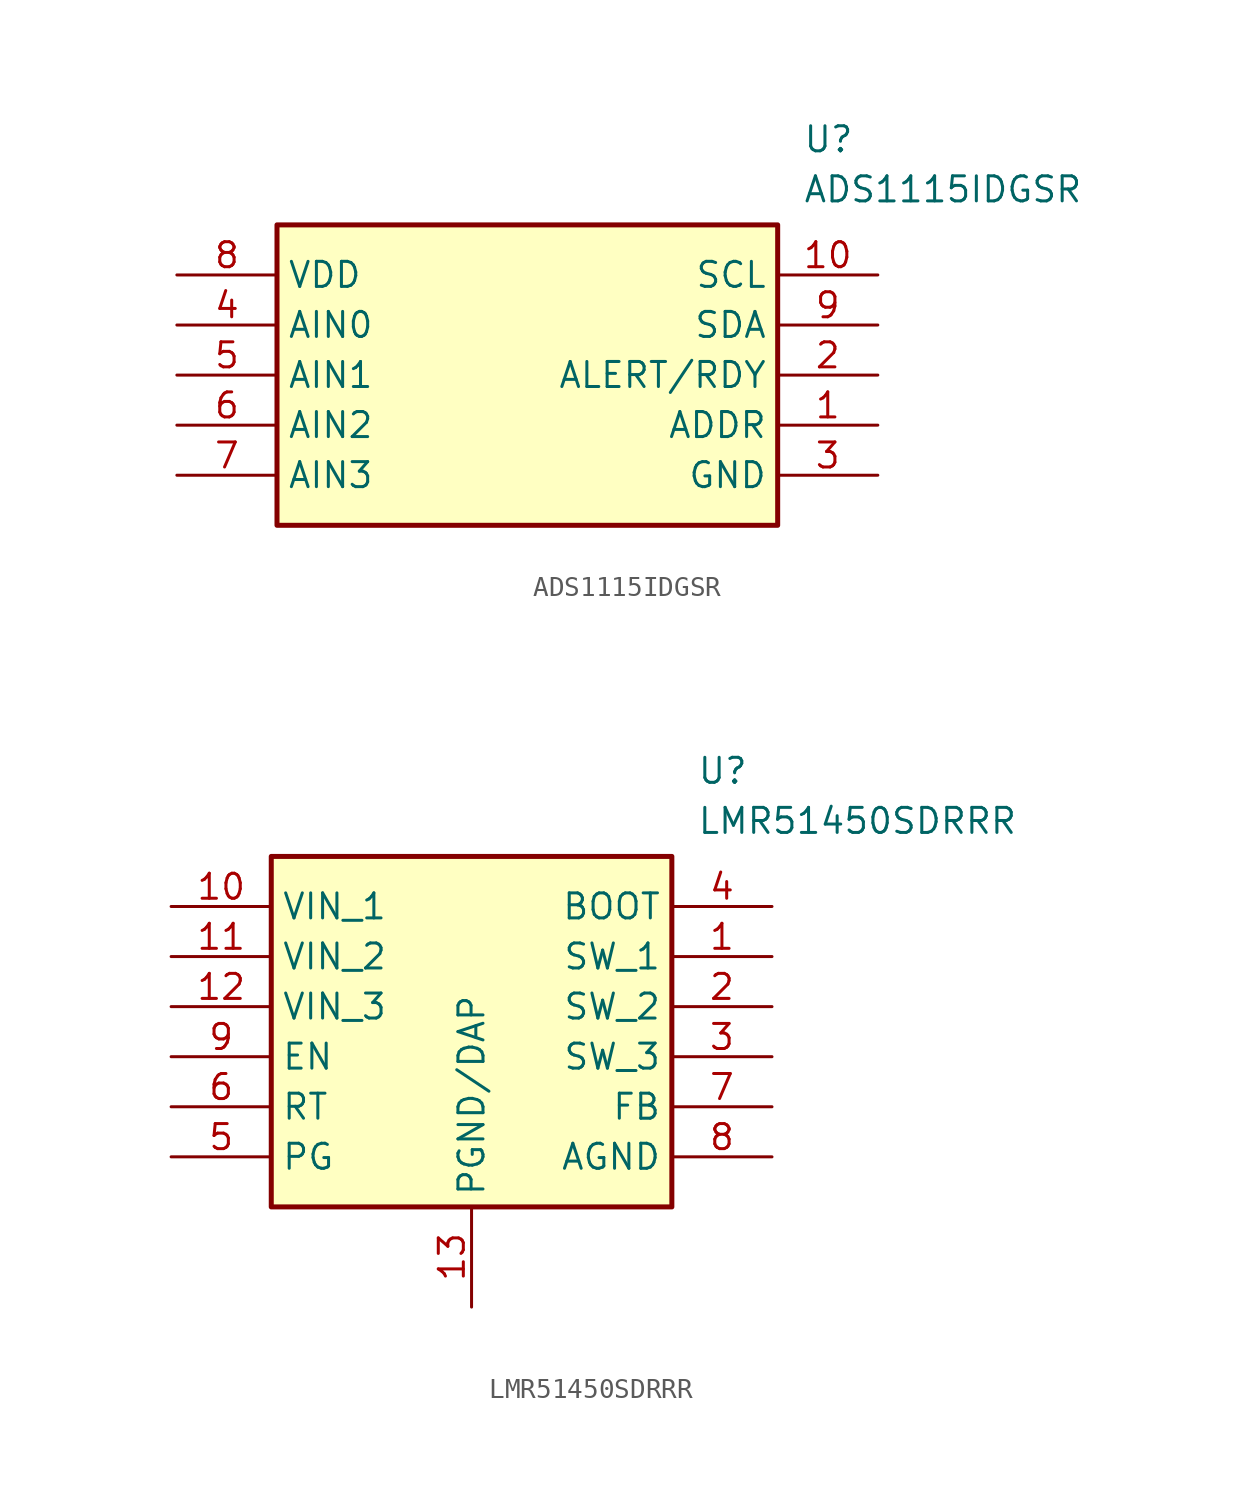
<source format=kicad_sym>
(kicad_symbol_lib
  (version 20241209)
  (generator "kicad_symbol_editor")
  (generator_version "9.0")
  (symbol "ADS1115IDGSR"
    (property "Reference" "U"
      (at 31.75 7.62 0)
      (effects (font (size 1.27 1.27)) (justify left top)))
    (property "Value" "ADS1115IDGSR"
      (at 31.75 5.08 0)
      (effects (font (size 1.27 1.27)) (justify left top)))
    (symbol "ADS1115IDGSR_1_1"
      (rectangle (start 5.08 2.54) (end 30.48 -12.7) (stroke (width 0.254) (type default)) (fill (type background)))
      (pin passive line (at 0 0 0) (length 5.08) (name "VDD" (effects (font (size 1.27 1.27)))) (number "8" (effects (font (size 1.27 1.27)))))
      (pin passive line (at 0 -2.54 0) (length 5.08) (name "AIN0" (effects (font (size 1.27 1.27)))) (number "4" (effects (font (size 1.27 1.27)))))
      (pin passive line (at 0 -5.08 0) (length 5.08) (name "AIN1" (effects (font (size 1.27 1.27)))) (number "5" (effects (font (size 1.27 1.27)))))
      (pin passive line (at 0 -7.62 0) (length 5.08) (name "AIN2" (effects (font (size 1.27 1.27)))) (number "6" (effects (font (size 1.27 1.27)))))
      (pin passive line (at 0 -10.16 0) (length 5.08) (name "AIN3" (effects (font (size 1.27 1.27)))) (number "7" (effects (font (size 1.27 1.27)))))
      (pin passive line (at 35.56 0 180) (length 5.08) (name "SCL" (effects (font (size 1.27 1.27)))) (number "10" (effects (font (size 1.27 1.27)))))
      (pin passive line (at 35.56 -2.54 180) (length 5.08) (name "SDA" (effects (font (size 1.27 1.27)))) (number "9" (effects (font (size 1.27 1.27)))))
      (pin passive line (at 35.56 -5.08 180) (length 5.08) (name "ALERT/RDY" (effects (font (size 1.27 1.27)))) (number "2" (effects (font (size 1.27 1.27)))))
      (pin passive line (at 35.56 -7.62 180) (length 5.08) (name "ADDR" (effects (font (size 1.27 1.27)))) (number "1" (effects (font (size 1.27 1.27)))))
      (pin passive line (at 35.56 -10.16 180) (length 5.08) (name "GND" (effects (font (size 1.27 1.27)))) (number "3" (effects (font (size 1.27 1.27)))))))
  (symbol "LMR51450SDRRR"
    (property "Reference" "U"
      (at 26.67 7.62 0)
      (effects (font (size 1.27 1.27)) (justify left top)))
    (property "Value" "LMR51450SDRRR"
      (at 26.67 5.08 0)
      (effects (font (size 1.27 1.27)) (justify left top)))
    (symbol "LMR51450SDRRR_1_1"
      (rectangle (start 5.08 2.54) (end 25.4 -15.24) (stroke (width 0.254) (type default)) (fill (type background)))
      (pin passive line (at 0 0 0) (length 5.08) (name "VIN_1" (effects (font (size 1.27 1.27)))) (number "10" (effects (font (size 1.27 1.27)))))
      (pin passive line (at 0 -2.54 0) (length 5.08) (name "VIN_2" (effects (font (size 1.27 1.27)))) (number "11" (effects (font (size 1.27 1.27)))))
      (pin passive line (at 0 -5.08 0) (length 5.08) (name "VIN_3" (effects (font (size 1.27 1.27)))) (number "12" (effects (font (size 1.27 1.27)))))
      (pin passive line (at 0 -7.62 0) (length 5.08) (name "EN" (effects (font (size 1.27 1.27)))) (number "9" (effects (font (size 1.27 1.27)))))
      (pin passive line (at 0 -10.16 0) (length 5.08) (name "RT" (effects (font (size 1.27 1.27)))) (number "6" (effects (font (size 1.27 1.27)))))
      (pin passive line (at 0 -12.7 0) (length 5.08) (name "PG" (effects (font (size 1.27 1.27)))) (number "5" (effects (font (size 1.27 1.27)))))
      (pin passive line (at 15.24 -20.32 90) (length 5.08) (name "PGND/DAP" (effects (font (size 1.27 1.27)))) (number "13" (effects (font (size 1.27 1.27)))))
      (pin passive line (at 30.48 0 180) (length 5.08) (name "BOOT" (effects (font (size 1.27 1.27)))) (number "4" (effects (font (size 1.27 1.27)))))
      (pin passive line (at 30.48 -2.54 180) (length 5.08) (name "SW_1" (effects (font (size 1.27 1.27)))) (number "1" (effects (font (size 1.27 1.27)))))
      (pin passive line (at 30.48 -5.08 180) (length 5.08) (name "SW_2" (effects (font (size 1.27 1.27)))) (number "2" (effects (font (size 1.27 1.27)))))
      (pin passive line (at 30.48 -7.62 180) (length 5.08) (name "SW_3" (effects (font (size 1.27 1.27)))) (number "3" (effects (font (size 1.27 1.27)))))
      (pin passive line (at 30.48 -10.16 180) (length 5.08) (name "FB" (effects (font (size 1.27 1.27)))) (number "7" (effects (font (size 1.27 1.27)))))
      (pin passive line (at 30.48 -12.7 180) (length 5.08) (name "AGND" (effects (font (size 1.27 1.27)))) (number "8" (effects (font (size 1.27 1.27))))))))
</source>
